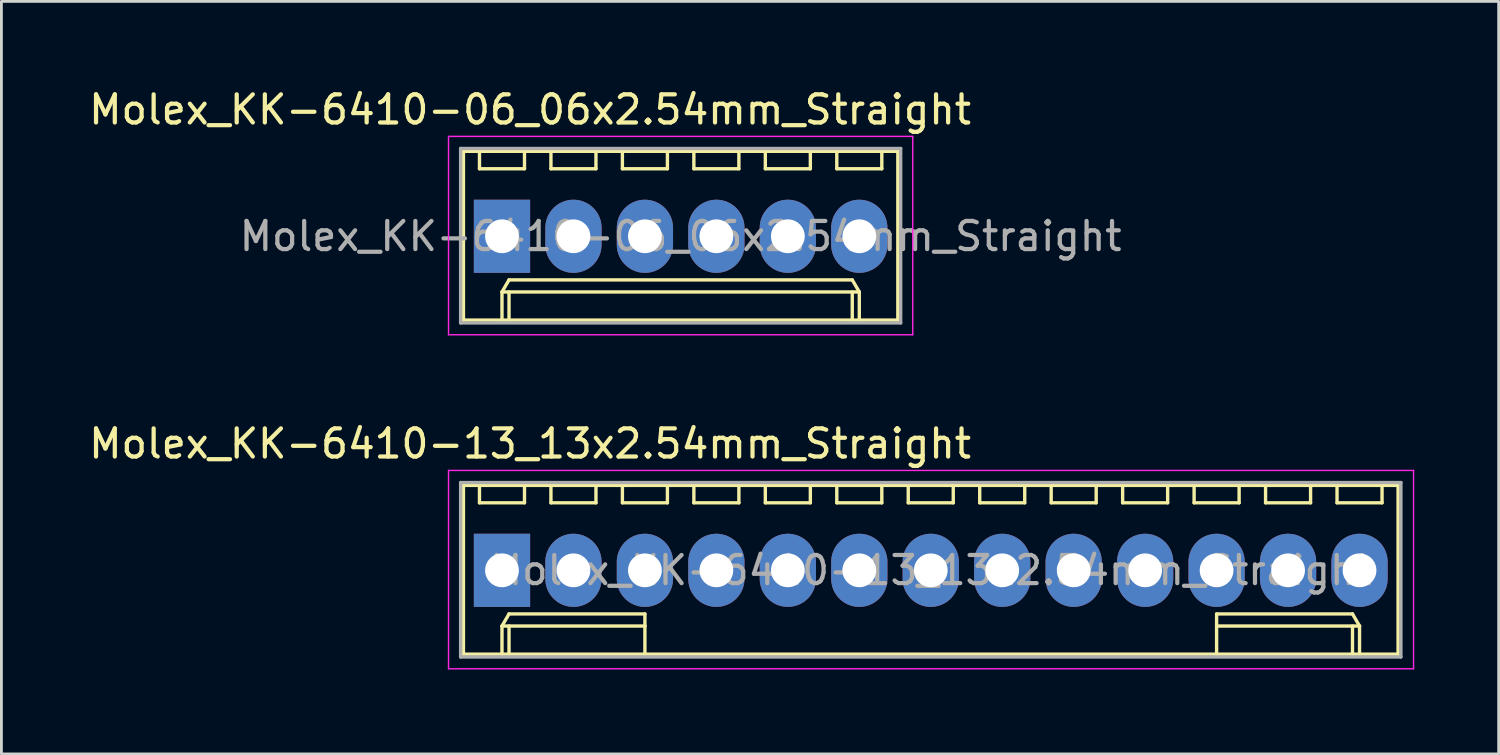
<source format=kicad_pcb>
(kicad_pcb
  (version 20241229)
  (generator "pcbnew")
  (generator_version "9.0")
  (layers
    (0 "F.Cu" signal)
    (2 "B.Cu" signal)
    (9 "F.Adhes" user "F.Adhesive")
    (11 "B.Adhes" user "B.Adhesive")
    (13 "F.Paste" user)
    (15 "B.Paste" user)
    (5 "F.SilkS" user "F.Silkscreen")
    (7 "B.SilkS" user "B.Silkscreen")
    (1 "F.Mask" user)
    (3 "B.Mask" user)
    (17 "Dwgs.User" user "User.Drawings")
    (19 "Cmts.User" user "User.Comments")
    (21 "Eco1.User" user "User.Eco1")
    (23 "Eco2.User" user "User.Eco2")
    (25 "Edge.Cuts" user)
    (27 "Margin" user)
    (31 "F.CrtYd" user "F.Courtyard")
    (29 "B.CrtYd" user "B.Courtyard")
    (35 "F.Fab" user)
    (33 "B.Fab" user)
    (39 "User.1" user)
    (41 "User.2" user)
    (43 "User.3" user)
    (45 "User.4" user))
  (footprint "Molex_KK-6410-06_06x2.54mm_Straight"
    (layer "F.Cu")
    (at 14.792 5.348)
    (property "Reference" "Molex_KK-6410-06_06x2.54mm_Straight" (at 1 -4.5 0) (layer "F.SilkS") (effects (font (size 1 1) (thickness 0.15))))
    (attr through_hole)
    (fp_line (start -1.37 -3.02) (end -1.37 2.98) (stroke (width 0.12) (type solid)) (layer "F.SilkS"))
    (fp_line (start -1.37 2.98) (end 14.07 2.98) (stroke (width 0.12) (type solid)) (layer "F.SilkS"))
    (fp_line (start -0.8 -3.02) (end -0.8 -2.4) (stroke (width 0.12) (type solid)) (layer "F.SilkS"))
    (fp_line (start -0.8 -2.4) (end 0.8 -2.4) (stroke (width 0.12) (type solid)) (layer "F.SilkS"))
    (fp_line (start 0 1.98) (end 0.25 1.55) (stroke (width 0.12) (type solid)) (layer "F.SilkS"))
    (fp_line (start 0 1.98) (end 12.7 1.98) (stroke (width 0.12) (type solid)) (layer "F.SilkS"))
    (fp_line (start 0 2.98) (end 0 1.98) (stroke (width 0.12) (type solid)) (layer "F.SilkS"))
    (fp_line (start 0.25 1.55) (end 12.45 1.55) (stroke (width 0.12) (type solid)) (layer "F.SilkS"))
    (fp_line (start 0.25 2.98) (end 0.25 1.98) (stroke (width 0.12) (type solid)) (layer "F.SilkS"))
    (fp_line (start 0.8 -2.4) (end 0.8 -3.02) (stroke (width 0.12) (type solid)) (layer "F.SilkS"))
    (fp_line (start 1.74 -3.02) (end 1.74 -2.4) (stroke (width 0.12) (type solid)) (layer "F.SilkS"))
    (fp_line (start 1.74 -2.4) (end 3.34 -2.4) (stroke (width 0.12) (type solid)) (layer "F.SilkS"))
    (fp_line (start 3.34 -2.4) (end 3.34 -3.02) (stroke (width 0.12) (type solid)) (layer "F.SilkS"))
    (fp_line (start 4.28 -3.02) (end 4.28 -2.4) (stroke (width 0.12) (type solid)) (layer "F.SilkS"))
    (fp_line (start 4.28 -2.4) (end 5.88 -2.4) (stroke (width 0.12) (type solid)) (layer "F.SilkS"))
    (fp_line (start 5.88 -2.4) (end 5.88 -3.02) (stroke (width 0.12) (type solid)) (layer "F.SilkS"))
    (fp_line (start 6.82 -3.02) (end 6.82 -2.4) (stroke (width 0.12) (type solid)) (layer "F.SilkS"))
    (fp_line (start 6.82 -2.4) (end 8.42 -2.4) (stroke (width 0.12) (type solid)) (layer "F.SilkS"))
    (fp_line (start 8.42 -2.4) (end 8.42 -3.02) (stroke (width 0.12) (type solid)) (layer "F.SilkS"))
    (fp_line (start 9.36 -3.02) (end 9.36 -2.4) (stroke (width 0.12) (type solid)) (layer "F.SilkS"))
    (fp_line (start 9.36 -2.4) (end 10.96 -2.4) (stroke (width 0.12) (type solid)) (layer "F.SilkS"))
    (fp_line (start 10.96 -2.4) (end 10.96 -3.02) (stroke (width 0.12) (type solid)) (layer "F.SilkS"))
    (fp_line (start 11.9 -3.02) (end 11.9 -2.4) (stroke (width 0.12) (type solid)) (layer "F.SilkS"))
    (fp_line (start 11.9 -2.4) (end 13.5 -2.4) (stroke (width 0.12) (type solid)) (layer "F.SilkS"))
    (fp_line (start 12.45 1.55) (end 12.7 1.98) (stroke (width 0.12) (type solid)) (layer "F.SilkS"))
    (fp_line (start 12.45 2.98) (end 12.45 1.98) (stroke (width 0.12) (type solid)) (layer "F.SilkS"))
    (fp_line (start 12.7 1.98) (end 12.7 2.98) (stroke (width 0.12) (type solid)) (layer "F.SilkS"))
    (fp_line (start 13.5 -2.4) (end 13.5 -3.02) (stroke (width 0.12) (type solid)) (layer "F.SilkS"))
    (fp_line (start 14.07 -3.02) (end -1.37 -3.02) (stroke (width 0.12) (type solid)) (layer "F.SilkS"))
    (fp_line (start 14.07 2.98) (end 14.07 -3.02) (stroke (width 0.12) (type solid)) (layer "F.SilkS"))
    (fp_line (start -1.9 -3.55) (end 14.6 -3.55) (stroke (width 0.05) (type solid)) (layer "F.CrtYd"))
    (fp_line (start -1.9 3.5) (end -1.9 -3.55) (stroke (width 0.05) (type solid)) (layer "F.CrtYd"))
    (fp_line (start 14.6 -3.55) (end 14.6 3.5) (stroke (width 0.05) (type solid)) (layer "F.CrtYd"))
    (fp_line (start 14.6 3.5) (end -1.9 3.5) (stroke (width 0.05) (type solid)) (layer "F.CrtYd"))
    (fp_line (start -1.47 -3.12) (end -1.47 3.08) (stroke (width 0.12) (type solid)) (layer "F.Fab"))
    (fp_line (start -1.47 3.08) (end 14.17 3.08) (stroke (width 0.12) (type solid)) (layer "F.Fab"))
    (fp_line (start 14.17 -3.12) (end -1.47 -3.12) (stroke (width 0.12) (type solid)) (layer "F.Fab"))
    (fp_line (start 14.17 3.08) (end 14.17 -3.12) (stroke (width 0.12) (type solid)) (layer "F.Fab"))
    (fp_text user "${REFERENCE}" (at 6.35 0 0) (layer "F.Fab") (effects (font (size 1 1) (thickness 0.15))))
    (pad "1" thru_hole rect (at 0 0) (size 2 2.6) (drill 1.2) (layers "*.Cu" "*.Mask"))
    (pad "2" thru_hole oval (at 2.54 0) (size 2 2.6) (drill 1.2) (layers "*.Cu" "*.Mask"))
    (pad "3" thru_hole oval (at 5.08 0) (size 2 2.6) (drill 1.2) (layers "*.Cu" "*.Mask"))
    (pad "4" thru_hole oval (at 7.62 0) (size 2 2.6) (drill 1.2) (layers "*.Cu" "*.Mask"))
    (pad "5" thru_hole oval (at 10.16 0) (size 2 2.6) (drill 1.2) (layers "*.Cu" "*.Mask"))
    (pad "6" thru_hole oval (at 12.7 0) (size 2 2.6) (drill 1.2) (layers "*.Cu" "*.Mask")))
  (footprint "Molex_KK-6410-13_13x2.54mm_Straight"
    (layer "F.Cu")
    (at 14.792 17.221)
    (property "Reference" "Molex_KK-6410-13_13x2.54mm_Straight" (at 1 -4.5 0) (layer "F.SilkS") (effects (font (size 1 1) (thickness 0.15))))
    (attr through_hole)
    (fp_line (start -1.37 -3.02) (end -1.37 2.98) (stroke (width 0.12) (type solid)) (layer "F.SilkS"))
    (fp_line (start -1.37 2.98) (end 31.85 2.98) (stroke (width 0.12) (type solid)) (layer "F.SilkS"))
    (fp_line (start -0.8 -3.02) (end -0.8 -2.4) (stroke (width 0.12) (type solid)) (layer "F.SilkS"))
    (fp_line (start -0.8 -2.4) (end 0.8 -2.4) (stroke (width 0.12) (type solid)) (layer "F.SilkS"))
    (fp_line (start 0 1.98) (end 0.25 1.55) (stroke (width 0.12) (type solid)) (layer "F.SilkS"))
    (fp_line (start 0 1.98) (end 5.08 1.98) (stroke (width 0.12) (type solid)) (layer "F.SilkS"))
    (fp_line (start 0 2.98) (end 0 1.98) (stroke (width 0.12) (type solid)) (layer "F.SilkS"))
    (fp_line (start 0.25 1.55) (end 5.08 1.55) (stroke (width 0.12) (type solid)) (layer "F.SilkS"))
    (fp_line (start 0.25 2.98) (end 0.25 1.98) (stroke (width 0.12) (type solid)) (layer "F.SilkS"))
    (fp_line (start 0.8 -2.4) (end 0.8 -3.02) (stroke (width 0.12) (type solid)) (layer "F.SilkS"))
    (fp_line (start 1.74 -3.02) (end 1.74 -2.4) (stroke (width 0.12) (type solid)) (layer "F.SilkS"))
    (fp_line (start 1.74 -2.4) (end 3.34 -2.4) (stroke (width 0.12) (type solid)) (layer "F.SilkS"))
    (fp_line (start 3.34 -2.4) (end 3.34 -3.02) (stroke (width 0.12) (type solid)) (layer "F.SilkS"))
    (fp_line (start 4.28 -3.02) (end 4.28 -2.4) (stroke (width 0.12) (type solid)) (layer "F.SilkS"))
    (fp_line (start 4.28 -2.4) (end 5.88 -2.4) (stroke (width 0.12) (type solid)) (layer "F.SilkS"))
    (fp_line (start 5.08 1.55) (end 5.08 1.98) (stroke (width 0.12) (type solid)) (layer "F.SilkS"))
    (fp_line (start 5.08 1.98) (end 5.08 2.98) (stroke (width 0.12) (type solid)) (layer "F.SilkS"))
    (fp_line (start 5.88 -2.4) (end 5.88 -3.02) (stroke (width 0.12) (type solid)) (layer "F.SilkS"))
    (fp_line (start 6.82 -3.02) (end 6.82 -2.4) (stroke (width 0.12) (type solid)) (layer "F.SilkS"))
    (fp_line (start 6.82 -2.4) (end 8.42 -2.4) (stroke (width 0.12) (type solid)) (layer "F.SilkS"))
    (fp_line (start 8.42 -2.4) (end 8.42 -3.02) (stroke (width 0.12) (type solid)) (layer "F.SilkS"))
    (fp_line (start 9.36 -3.02) (end 9.36 -2.4) (stroke (width 0.12) (type solid)) (layer "F.SilkS"))
    (fp_line (start 9.36 -2.4) (end 10.96 -2.4) (stroke (width 0.12) (type solid)) (layer "F.SilkS"))
    (fp_line (start 10.96 -2.4) (end 10.96 -3.02) (stroke (width 0.12) (type solid)) (layer "F.SilkS"))
    (fp_line (start 11.9 -3.02) (end 11.9 -2.4) (stroke (width 0.12) (type solid)) (layer "F.SilkS"))
    (fp_line (start 11.9 -2.4) (end 13.5 -2.4) (stroke (width 0.12) (type solid)) (layer "F.SilkS"))
    (fp_line (start 13.5 -2.4) (end 13.5 -3.02) (stroke (width 0.12) (type solid)) (layer "F.SilkS"))
    (fp_line (start 14.44 -3.02) (end 14.44 -2.4) (stroke (width 0.12) (type solid)) (layer "F.SilkS"))
    (fp_line (start 14.44 -2.4) (end 16.04 -2.4) (stroke (width 0.12) (type solid)) (layer "F.SilkS"))
    (fp_line (start 16.04 -2.4) (end 16.04 -3.02) (stroke (width 0.12) (type solid)) (layer "F.SilkS"))
    (fp_line (start 16.98 -3.02) (end 16.98 -2.4) (stroke (width 0.12) (type solid)) (layer "F.SilkS"))
    (fp_line (start 16.98 -2.4) (end 18.58 -2.4) (stroke (width 0.12) (type solid)) (layer "F.SilkS"))
    (fp_line (start 18.58 -2.4) (end 18.58 -3.02) (stroke (width 0.12) (type solid)) (layer "F.SilkS"))
    (fp_line (start 19.52 -3.02) (end 19.52 -2.4) (stroke (width 0.12) (type solid)) (layer "F.SilkS"))
    (fp_line (start 19.52 -2.4) (end 21.12 -2.4) (stroke (width 0.12) (type solid)) (layer "F.SilkS"))
    (fp_line (start 21.12 -2.4) (end 21.12 -3.02) (stroke (width 0.12) (type solid)) (layer "F.SilkS"))
    (fp_line (start 22.06 -3.02) (end 22.06 -2.4) (stroke (width 0.12) (type solid)) (layer "F.SilkS"))
    (fp_line (start 22.06 -2.4) (end 23.66 -2.4) (stroke (width 0.12) (type solid)) (layer "F.SilkS"))
    (fp_line (start 23.66 -2.4) (end 23.66 -3.02) (stroke (width 0.12) (type solid)) (layer "F.SilkS"))
    (fp_line (start 24.6 -3.02) (end 24.6 -2.4) (stroke (width 0.12) (type solid)) (layer "F.SilkS"))
    (fp_line (start 24.6 -2.4) (end 26.2 -2.4) (stroke (width 0.12) (type solid)) (layer "F.SilkS"))
    (fp_line (start 25.4 1.55) (end 25.4 1.98) (stroke (width 0.12) (type solid)) (layer "F.SilkS"))
    (fp_line (start 25.4 1.98) (end 25.4 2.98) (stroke (width 0.12) (type solid)) (layer "F.SilkS"))
    (fp_line (start 26.2 -2.4) (end 26.2 -3.02) (stroke (width 0.12) (type solid)) (layer "F.SilkS"))
    (fp_line (start 27.14 -3.02) (end 27.14 -2.4) (stroke (width 0.12) (type solid)) (layer "F.SilkS"))
    (fp_line (start 27.14 -2.4) (end 28.74 -2.4) (stroke (width 0.12) (type solid)) (layer "F.SilkS"))
    (fp_line (start 28.74 -2.4) (end 28.74 -3.02) (stroke (width 0.12) (type solid)) (layer "F.SilkS"))
    (fp_line (start 29.68 -3.02) (end 29.68 -2.4) (stroke (width 0.12) (type solid)) (layer "F.SilkS"))
    (fp_line (start 29.68 -2.4) (end 31.28 -2.4) (stroke (width 0.12) (type solid)) (layer "F.SilkS"))
    (fp_line (start 30.23 1.55) (end 25.4 1.55) (stroke (width 0.12) (type solid)) (layer "F.SilkS"))
    (fp_line (start 30.23 2.98) (end 30.23 1.98) (stroke (width 0.12) (type solid)) (layer "F.SilkS"))
    (fp_line (start 30.48 1.98) (end 25.4 1.98) (stroke (width 0.12) (type solid)) (layer "F.SilkS"))
    (fp_line (start 30.48 1.98) (end 30.23 1.55) (stroke (width 0.12) (type solid)) (layer "F.SilkS"))
    (fp_line (start 30.48 2.98) (end 30.48 1.98) (stroke (width 0.12) (type solid)) (layer "F.SilkS"))
    (fp_line (start 31.28 -2.4) (end 31.28 -3.02) (stroke (width 0.12) (type solid)) (layer "F.SilkS"))
    (fp_line (start 31.85 -3.02) (end -1.37 -3.02) (stroke (width 0.12) (type solid)) (layer "F.SilkS"))
    (fp_line (start 31.85 2.98) (end 31.85 -3.02) (stroke (width 0.12) (type solid)) (layer "F.SilkS"))
    (fp_line (start -1.9 -3.55) (end 32.4 -3.55) (stroke (width 0.05) (type solid)) (layer "F.CrtYd"))
    (fp_line (start -1.9 3.5) (end -1.9 -3.55) (stroke (width 0.05) (type solid)) (layer "F.CrtYd"))
    (fp_line (start 32.4 -3.55) (end 32.4 3.5) (stroke (width 0.05) (type solid)) (layer "F.CrtYd"))
    (fp_line (start 32.4 3.5) (end -1.9 3.5) (stroke (width 0.05) (type solid)) (layer "F.CrtYd"))
    (fp_line (start -1.47 -3.12) (end -1.47 3.08) (stroke (width 0.12) (type solid)) (layer "F.Fab"))
    (fp_line (start -1.47 3.08) (end 31.95 3.08) (stroke (width 0.12) (type solid)) (layer "F.Fab"))
    (fp_line (start 31.95 -3.12) (end -1.47 -3.12) (stroke (width 0.12) (type solid)) (layer "F.Fab"))
    (fp_line (start 31.95 3.08) (end 31.95 -3.12) (stroke (width 0.12) (type solid)) (layer "F.Fab"))
    (fp_text user "${REFERENCE}" (at 15.24 0 0) (layer "F.Fab") (effects (font (size 1 1) (thickness 0.15))))
    (pad "1" thru_hole rect (at 0 0) (size 2 2.6) (drill 1.2) (layers "*.Cu" "*.Mask"))
    (pad "2" thru_hole oval (at 2.54 0) (size 2 2.6) (drill 1.2) (layers "*.Cu" "*.Mask"))
    (pad "3" thru_hole oval (at 5.08 0) (size 2 2.6) (drill 1.2) (layers "*.Cu" "*.Mask"))
    (pad "4" thru_hole oval (at 7.62 0) (size 2 2.6) (drill 1.2) (layers "*.Cu" "*.Mask"))
    (pad "5" thru_hole oval (at 10.16 0) (size 2 2.6) (drill 1.2) (layers "*.Cu" "*.Mask"))
    (pad "6" thru_hole oval (at 12.7 0) (size 2 2.6) (drill 1.2) (layers "*.Cu" "*.Mask"))
    (pad "7" thru_hole oval (at 15.24 0) (size 2 2.6) (drill 1.2) (layers "*.Cu" "*.Mask"))
    (pad "8" thru_hole oval (at 17.78 0) (size 2 2.6) (drill 1.2) (layers "*.Cu" "*.Mask"))
    (pad "9" thru_hole oval (at 20.32 0) (size 2 2.6) (drill 1.2) (layers "*.Cu" "*.Mask"))
    (pad "10" thru_hole oval (at 22.86 0) (size 2 2.6) (drill 1.2) (layers "*.Cu" "*.Mask"))
    (pad "11" thru_hole oval (at 25.4 0) (size 2 2.6) (drill 1.2) (layers "*.Cu" "*.Mask"))
    (pad "12" thru_hole oval (at 27.94 0) (size 2 2.6) (drill 1.2) (layers "*.Cu" "*.Mask"))
    (pad "13" thru_hole oval (at 30.48 0) (size 2 2.6) (drill 1.2) (layers "*.Cu" "*.Mask")))
  (gr_rect
    (start -3 -3)
    (end 50.217 23.747)
    (stroke (width 0.1) (type default))
    (fill no)
    (layer "Edge.Cuts")))
</source>
